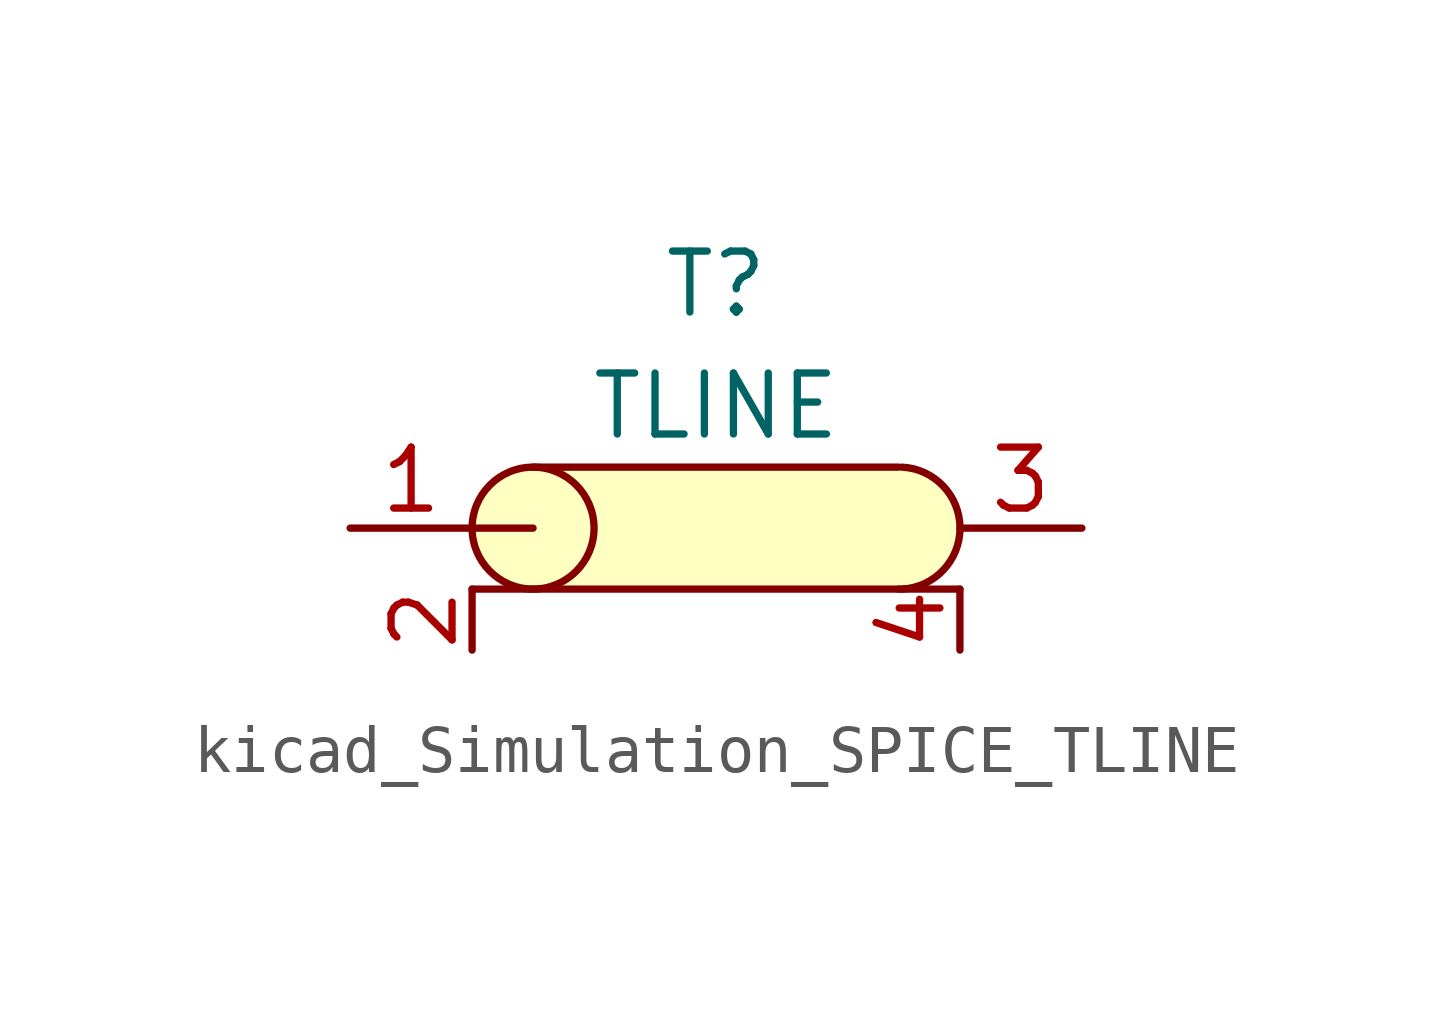
<source format=kicad_sym>
(kicad_symbol_lib
  (version 20220914)
  (generator kicad_symbol_editor)
  (symbol "kicad_Simulation_SPICE_TLINE"
    (property "Reference" "T"
      (at 0 5.08 0)
      (effects (font (size 1.27 1.27))))
    (property "Value" "TLINE"
      (at 0 2.54 0)
      (effects (font (size 1.27 1.27))))
    (symbol "kicad_Simulation_SPICE_TLINE_0_1"
      (circle (center -3.81 0) (radius 1.27) (stroke (width 0) (type default)) (fill (type none)))
      (circle (center -3.81 0) (radius 1.27) (stroke (width -0.0001) (type default)) (fill (type background)))
      (rectangle (start -3.81 1.27) (end 3.81 -1.27) (stroke (width -0.0001) (type default)) (fill (type background)))
      (polyline (pts (xy -5.08 -1.27) (xy 3.81 -1.27)) (stroke (width 0) (type default)) (fill (type none)))
      (polyline (pts (xy -3.81 0) (xy -5.08 0)) (stroke (width 0) (type default)) (fill (type none)))
      (polyline (pts (xy -3.81 1.27) (xy 3.81 1.27)) (stroke (width 0) (type default)) (fill (type none)))
      (polyline (pts (xy 5.08 -1.27) (xy 3.81 -1.27)) (stroke (width 0) (type default)) (fill (type none)))
      (circle (center 3.81 0) (radius 1.27) (stroke (width -0.0001) (type default)) (fill (type background)))
      (arc (start 3.8776 -1.27) (mid 5.0818 0) (end 3.8776 1.27) (stroke (width 0) (type default)) (fill (type none))))
    (symbol "kicad_Simulation_SPICE_TLINE_1_1"
      (pin passive line (at -7.62 0 0) (length 2.54) (name "" (effects (font (size 1.27 1.27)))) (number "1" (effects (font (size 1.27 1.27)))))
      (pin passive line (at -5.08 -2.54 90) (length 1.27) (name "" (effects (font (size 1.27 1.27)))) (number "2" (effects (font (size 1.27 1.27)))))
      (pin passive line (at 7.62 0 180) (length 2.54) (name "" (effects (font (size 1.27 1.27)))) (number "3" (effects (font (size 1.27 1.27)))))
      (pin passive line (at 5.08 -2.54 90) (length 1.27) (name "" (effects (font (size 1.27 1.27)))) (number "4" (effects (font (size 1.27 1.27))))))))
</source>
